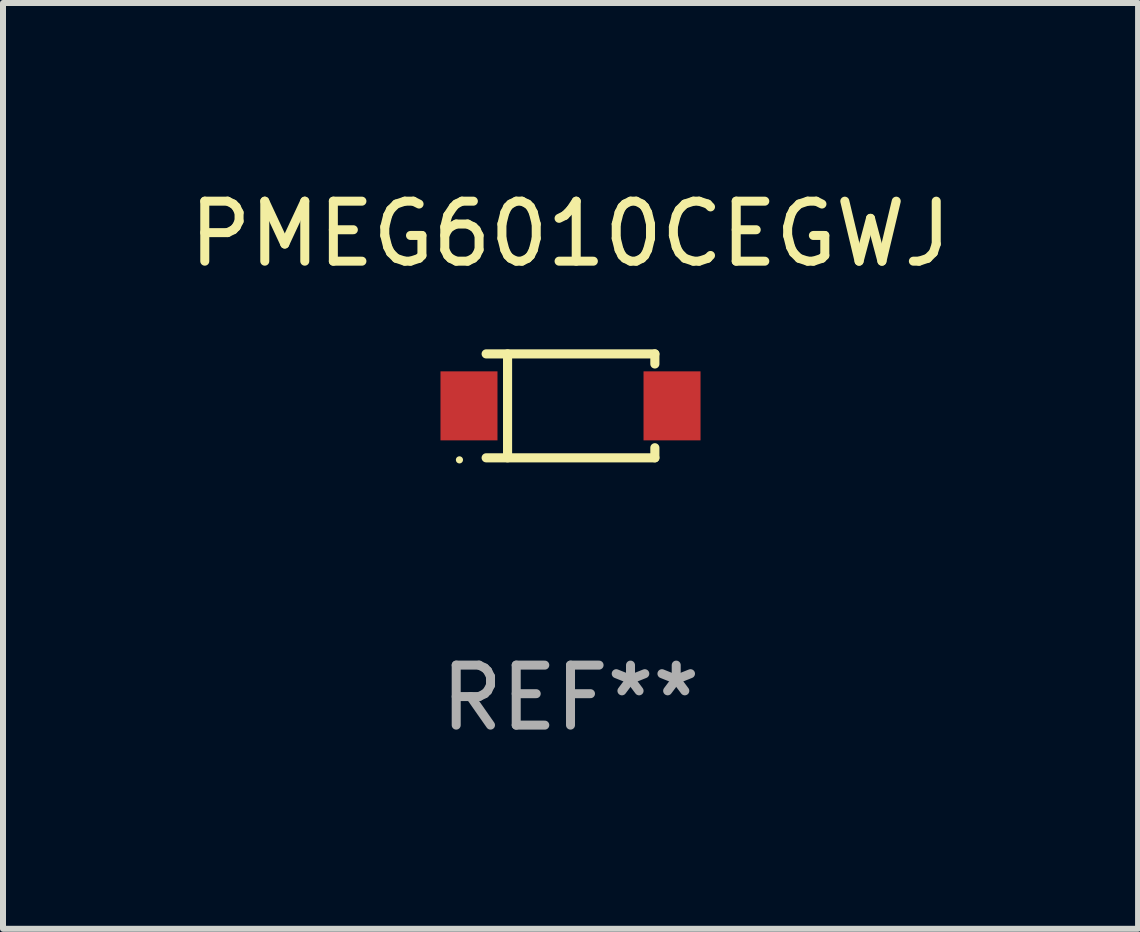
<source format=kicad_pcb>
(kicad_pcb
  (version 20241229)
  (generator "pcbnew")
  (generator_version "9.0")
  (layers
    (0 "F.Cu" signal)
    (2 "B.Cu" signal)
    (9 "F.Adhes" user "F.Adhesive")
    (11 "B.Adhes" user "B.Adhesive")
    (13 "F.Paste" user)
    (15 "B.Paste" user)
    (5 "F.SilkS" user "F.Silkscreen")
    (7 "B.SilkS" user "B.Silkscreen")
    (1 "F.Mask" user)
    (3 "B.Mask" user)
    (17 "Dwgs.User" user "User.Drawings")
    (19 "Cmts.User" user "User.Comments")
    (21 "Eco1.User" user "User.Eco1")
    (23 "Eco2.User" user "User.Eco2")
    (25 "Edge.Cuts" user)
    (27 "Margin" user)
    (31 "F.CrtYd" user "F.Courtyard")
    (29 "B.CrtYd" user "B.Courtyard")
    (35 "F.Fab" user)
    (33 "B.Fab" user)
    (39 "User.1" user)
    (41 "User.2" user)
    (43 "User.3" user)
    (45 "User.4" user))
  (footprint "PMEG6010CEGWJ"
    (layer "F.Cu")
    (at 6.458 3.714)
    (property "Reference" "PMEG6010CEGWJ" (at 0 -2.866 0) (layer "F.SilkS") (effects (font (size 1 1) (thickness 0.15))))
    (attr through_hole)
    (fp_line (start -1.406 -0.866) (end 1.406 -0.866) (stroke (width 0.152) (type solid)) (layer "F.SilkS"))
    (fp_line (start -1.406 0.866) (end 1.406 0.866) (stroke (width 0.152) (type solid)) (layer "F.SilkS"))
    (fp_line (start -1.049 -0.866) (end -1.049 0.866) (stroke (width 0.152) (type solid)) (layer "F.SilkS"))
    (fp_line (start 1.406 -0.866) (end 1.406 -0.698) (stroke (width 0.152) (type solid)) (layer "F.SilkS"))
    (fp_line (start 1.406 0.866) (end 1.406 0.698) (stroke (width 0.152) (type solid)) (layer "F.SilkS"))
    (fp_circle (center -1.851 0.9) (end -1.821 0.9) (stroke (width 0.06) (type solid)) (fill no) (layer "F.SilkS"))
    (fp_text user "REF**" (at 0 4.866 0) (layer "F.Fab") (effects (font (size 1 1) (thickness 0.15))))
    (pad "1" smd rect (at -1.692 0) (size 0.95 1.15) (layers "F.Cu" "F.Mask" "F.Paste"))
    (pad "2" smd rect (at 1.692 0) (size 0.95 1.15) (layers "F.Cu" "F.Mask" "F.Paste")))
  (gr_rect
    (start -3 -3)
    (end 15.917 12.429)
    (stroke (width 0.1) (type default))
    (fill no)
    (layer "Edge.Cuts")))
</source>
